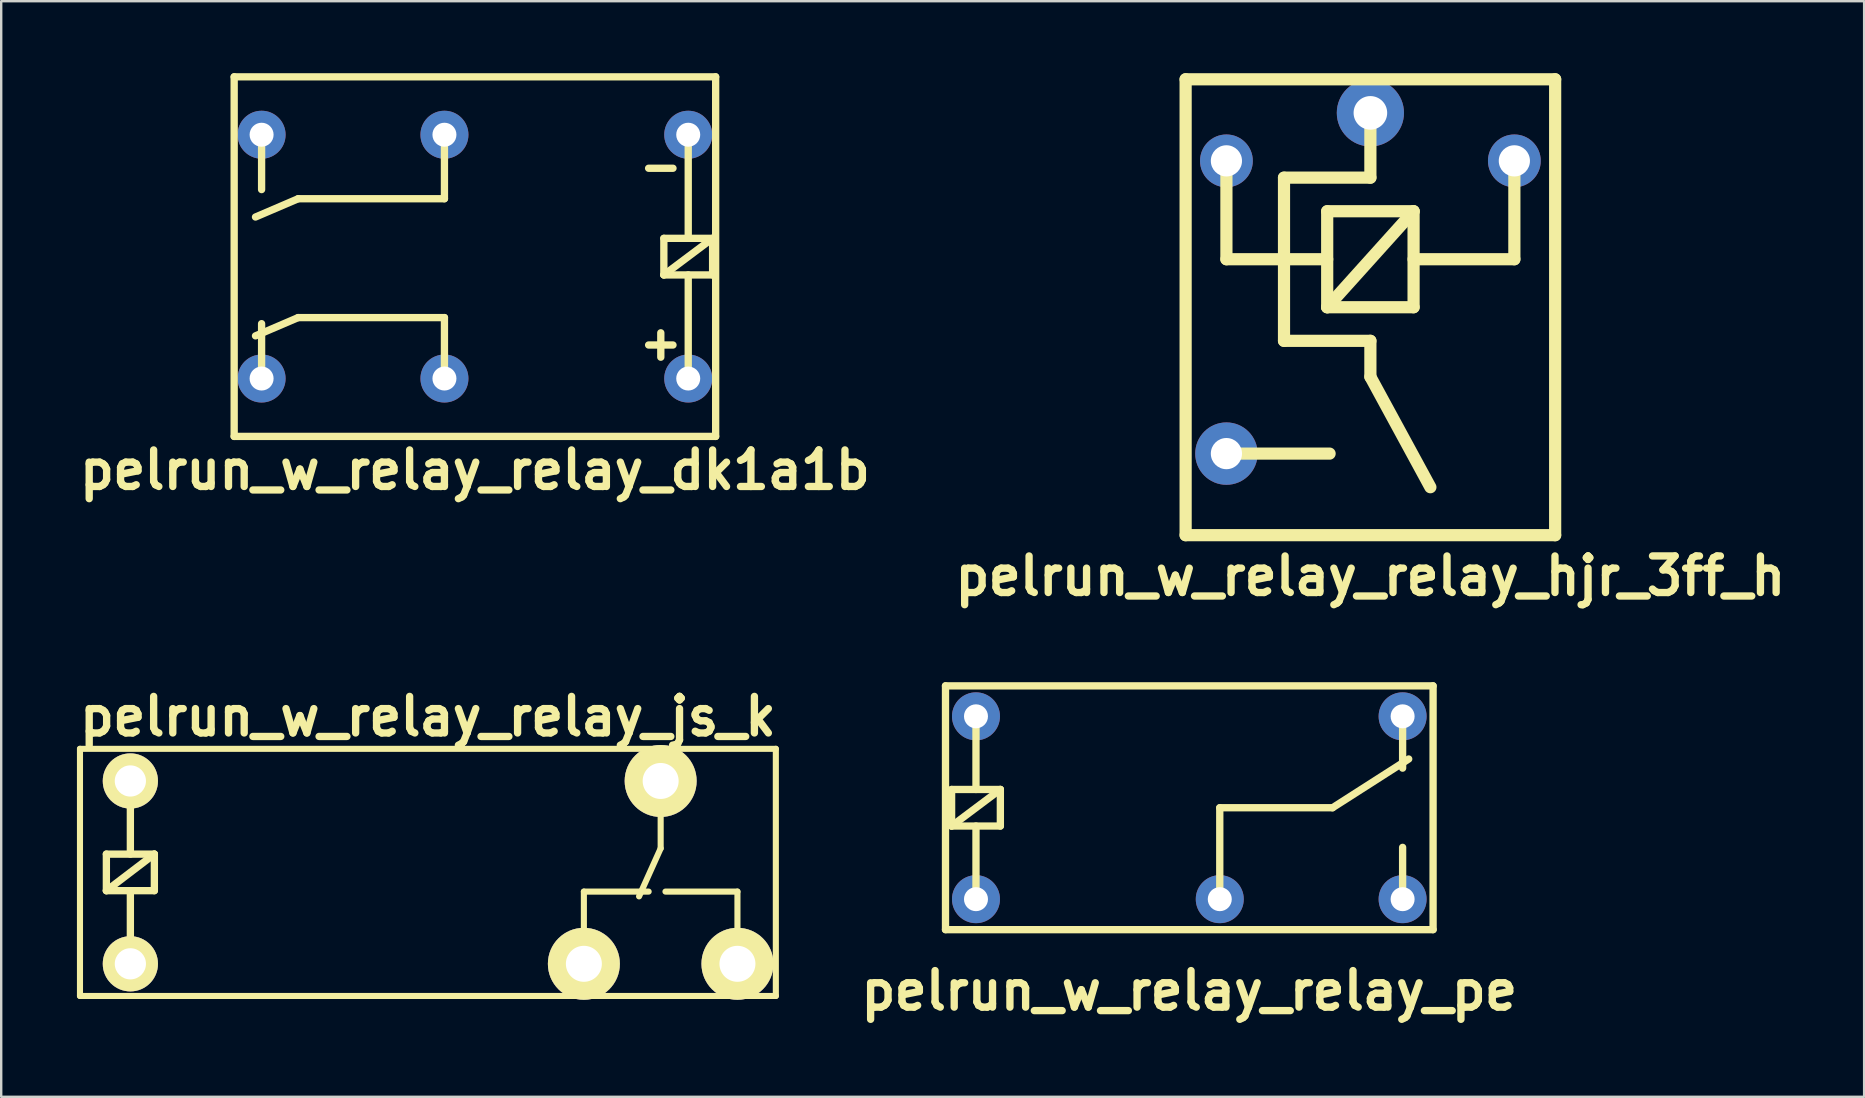
<source format=kicad_pcb>
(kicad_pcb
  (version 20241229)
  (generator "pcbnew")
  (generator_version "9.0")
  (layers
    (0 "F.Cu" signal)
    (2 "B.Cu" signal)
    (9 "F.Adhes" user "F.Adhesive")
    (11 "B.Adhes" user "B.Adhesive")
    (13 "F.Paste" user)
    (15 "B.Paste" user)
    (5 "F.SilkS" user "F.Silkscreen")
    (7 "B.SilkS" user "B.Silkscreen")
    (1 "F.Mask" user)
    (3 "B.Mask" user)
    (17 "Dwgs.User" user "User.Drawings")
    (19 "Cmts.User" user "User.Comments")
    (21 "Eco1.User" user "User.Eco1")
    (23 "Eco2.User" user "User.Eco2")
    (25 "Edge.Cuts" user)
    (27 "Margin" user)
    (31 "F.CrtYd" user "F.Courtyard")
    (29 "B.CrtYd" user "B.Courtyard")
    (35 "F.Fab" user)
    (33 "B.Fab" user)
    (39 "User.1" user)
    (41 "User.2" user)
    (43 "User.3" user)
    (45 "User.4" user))
  (footprint "pelrun_w_relay_relay_dk1a1b"
    (layer "F.Cu")
    (at 16.742 7.645)
    (property "Reference" "pelrun_w_relay_relay_dk1a1b" (at 0 8.89 0) (layer "F.SilkS") (effects (font (size 1.524 1.524) (thickness 0.305))))
    (attr through_hole)
    (fp_line (start -10.033 -7.493) (end -10.033 7.493) (stroke (width 0.305) (type solid)) (layer "F.SilkS"))
    (fp_line (start -10.033 7.493) (end 10.033 7.493) (stroke (width 0.305) (type solid)) (layer "F.SilkS"))
    (fp_line (start -8.89 -5.08) (end -8.89 -2.794) (stroke (width 0.305) (type solid)) (layer "F.SilkS"))
    (fp_line (start -8.89 2.794) (end -8.89 5.08) (stroke (width 0.305) (type solid)) (layer "F.SilkS"))
    (fp_line (start -7.366 -2.413) (end -9.144 -1.651) (stroke (width 0.305) (type solid)) (layer "F.SilkS"))
    (fp_line (start -7.366 2.54) (end -9.144 3.302) (stroke (width 0.305) (type solid)) (layer "F.SilkS"))
    (fp_line (start -1.27 -4.953) (end -1.27 -2.413) (stroke (width 0.305) (type solid)) (layer "F.SilkS"))
    (fp_line (start -1.27 -2.413) (end -7.366 -2.413) (stroke (width 0.305) (type solid)) (layer "F.SilkS"))
    (fp_line (start -1.27 2.54) (end -7.366 2.54) (stroke (width 0.305) (type solid)) (layer "F.SilkS"))
    (fp_line (start -1.27 2.54) (end -1.27 5.08) (stroke (width 0.305) (type solid)) (layer "F.SilkS"))
    (fp_line (start 7.239 -3.683) (end 8.255 -3.683) (stroke (width 0.305) (type solid)) (layer "F.SilkS"))
    (fp_line (start 7.239 3.683) (end 8.255 3.683) (stroke (width 0.305) (type solid)) (layer "F.SilkS"))
    (fp_line (start 7.747 3.175) (end 7.747 4.191) (stroke (width 0.305) (type solid)) (layer "F.SilkS"))
    (fp_line (start 7.874 -0.762) (end 9.906 -0.762) (stroke (width 0.305) (type solid)) (layer "F.SilkS"))
    (fp_line (start 7.874 0.762) (end 7.874 -0.762) (stroke (width 0.305) (type solid)) (layer "F.SilkS"))
    (fp_line (start 8.89 -0.762) (end 8.89 -5.08) (stroke (width 0.305) (type solid)) (layer "F.SilkS"))
    (fp_line (start 8.89 5.08) (end 8.89 0.762) (stroke (width 0.305) (type solid)) (layer "F.SilkS"))
    (fp_line (start 9.906 -0.762) (end 7.874 0.762) (stroke (width 0.305) (type solid)) (layer "F.SilkS"))
    (fp_line (start 9.906 -0.762) (end 9.906 0.762) (stroke (width 0.305) (type solid)) (layer "F.SilkS"))
    (fp_line (start 9.906 0.762) (end 7.874 0.762) (stroke (width 0.305) (type solid)) (layer "F.SilkS"))
    (fp_line (start 10.033 -7.493) (end -10.033 -7.493) (stroke (width 0.305) (type solid)) (layer "F.SilkS"))
    (fp_line (start 10.033 7.493) (end 10.033 -7.493) (stroke (width 0.305) (type solid)) (layer "F.SilkS"))
    (pad "1" thru_hole circle (at 8.89 -5.08 180) (size 2 2) (drill 1) (layers "*.Cu" "*.Mask"))
    (pad "3" thru_hole circle (at -1.27 -5.08 180) (size 2 2) (drill 1) (layers "*.Cu" "*.Mask"))
    (pad "4" thru_hole circle (at -8.89 -5.08 180) (size 2 2) (drill 1) (layers "*.Cu" "*.Mask"))
    (pad "5" thru_hole circle (at -8.89 5.08 180) (size 2 2) (drill 1) (layers "*.Cu" "*.Mask"))
    (pad "6" thru_hole circle (at -1.27 5.08 180) (size 2 2) (drill 1) (layers "*.Cu" "*.Mask"))
    (pad "8" thru_hole circle (at 8.89 5.08 180) (size 2 2) (drill 1) (layers "*.Cu" "*.Mask")))
  (footprint "pelrun_w_relay_relay_pe"
    (layer "F.Cu")
    (at 46.514 30.613)
    (property "Reference" "pelrun_w_relay_relay_pe" (at 0 7.62 0) (layer "F.SilkS") (effects (font (size 1.524 1.524) (thickness 0.305))))
    (attr through_hole)
    (fp_line (start -10.16 -5.08) (end -10.16 5.08) (stroke (width 0.305) (type solid)) (layer "F.SilkS"))
    (fp_line (start -10.16 5.08) (end 10.16 5.08) (stroke (width 0.305) (type solid)) (layer "F.SilkS"))
    (fp_line (start -9.906 -0.762) (end -7.874 -0.762) (stroke (width 0.305) (type solid)) (layer "F.SilkS"))
    (fp_line (start -9.906 0.762) (end -9.906 -0.762) (stroke (width 0.305) (type solid)) (layer "F.SilkS"))
    (fp_line (start -9.906 0.762) (end -7.874 -0.762) (stroke (width 0.305) (type solid)) (layer "F.SilkS"))
    (fp_line (start -8.89 -3.81) (end -8.89 -0.762) (stroke (width 0.305) (type solid)) (layer "F.SilkS"))
    (fp_line (start -8.89 3.81) (end -8.89 0.762) (stroke (width 0.305) (type solid)) (layer "F.SilkS"))
    (fp_line (start -7.874 -0.762) (end -7.874 0.762) (stroke (width 0.305) (type solid)) (layer "F.SilkS"))
    (fp_line (start -7.874 0.762) (end -9.906 0.762) (stroke (width 0.305) (type solid)) (layer "F.SilkS"))
    (fp_line (start 1.27 0) (end 5.969 0) (stroke (width 0.305) (type solid)) (layer "F.SilkS"))
    (fp_line (start 1.27 3.81) (end 1.27 0) (stroke (width 0.305) (type solid)) (layer "F.SilkS"))
    (fp_line (start 5.969 0) (end 9.144 -2.032) (stroke (width 0.305) (type solid)) (layer "F.SilkS"))
    (fp_line (start 8.89 -1.651) (end 8.89 -3.81) (stroke (width 0.305) (type solid)) (layer "F.SilkS"))
    (fp_line (start 8.89 3.81) (end 8.89 1.651) (stroke (width 0.305) (type solid)) (layer "F.SilkS"))
    (fp_line (start 10.16 -5.08) (end -10.16 -5.08) (stroke (width 0.305) (type solid)) (layer "F.SilkS"))
    (fp_line (start 10.16 5.08) (end 10.16 -5.08) (stroke (width 0.305) (type solid)) (layer "F.SilkS"))
    (pad "1" thru_hole circle (at -8.89 3.81 180) (size 2 2) (drill 1) (layers "*.Cu" "*.Mask"))
    (pad "2" thru_hole circle (at -8.89 -3.81 180) (size 2 2) (drill 1) (layers "*.Cu" "*.Mask"))
    (pad "11" thru_hole circle (at 1.27 3.81 180) (size 2 2) (drill 1) (layers "*.Cu" "*.Mask"))
    (pad "12" thru_hole circle (at 8.89 -3.81) (size 2 2) (drill 1) (layers "*.Cu" "*.Mask"))
    (pad "14" thru_hole circle (at 8.89 3.81 180) (size 2 2) (drill 1) (layers "*.Cu" "*.Mask")))
  (footprint "pelrun_w_relay_relay_hjr_3ff_h"
    (layer "F.Cu")
    (at 54.061 9.754)
    (property "Reference" "pelrun_w_relay_relay_hjr_3ff_h" (at 0 11.2 0) (layer "F.SilkS") (effects (font (size 1.524 1.524) (thickness 0.305))))
    (attr through_hole)
    (fp_line (start -7.7 -9.5) (end -7.7 9.5) (stroke (width 0.508) (type solid)) (layer "F.SilkS"))
    (fp_line (start -7.7 -9.5) (end 7.7 -9.5) (stroke (width 0.508) (type solid)) (layer "F.SilkS"))
    (fp_line (start -7.7 9.5) (end 7.7 9.5) (stroke (width 0.508) (type solid)) (layer "F.SilkS"))
    (fp_line (start -6 -6.1) (end -6 -2) (stroke (width 0.508) (type solid)) (layer "F.SilkS"))
    (fp_line (start -3.6 1.4) (end -3.6 -5.4) (stroke (width 0.508) (type solid)) (layer "F.SilkS"))
    (fp_line (start -1.8 -4) (end 1.8 -4) (stroke (width 0.508) (type solid)) (layer "F.SilkS"))
    (fp_line (start -1.8 -2) (end -6 -2) (stroke (width 0.508) (type solid)) (layer "F.SilkS"))
    (fp_line (start -1.8 0) (end -1.8 -4) (stroke (width 0.508) (type solid)) (layer "F.SilkS"))
    (fp_line (start -1.8 0) (end 1.8 -4) (stroke (width 0.508) (type solid)) (layer "F.SilkS"))
    (fp_line (start -1.7 6.1) (end -6 6.1) (stroke (width 0.508) (type solid)) (layer "F.SilkS"))
    (fp_line (start 0 -8.1) (end 0 -5.4) (stroke (width 0.508) (type solid)) (layer "F.SilkS"))
    (fp_line (start 0 -5.4) (end -3.6 -5.4) (stroke (width 0.508) (type solid)) (layer "F.SilkS"))
    (fp_line (start 0 1.4) (end -3.6 1.4) (stroke (width 0.508) (type solid)) (layer "F.SilkS"))
    (fp_line (start 0 1.4) (end 0 2.9) (stroke (width 0.508) (type solid)) (layer "F.SilkS"))
    (fp_line (start 0 2.9) (end 2.5 7.5) (stroke (width 0.508) (type solid)) (layer "F.SilkS"))
    (fp_line (start 1.8 -4) (end 1.8 0) (stroke (width 0.508) (type solid)) (layer "F.SilkS"))
    (fp_line (start 1.8 0) (end -1.8 0) (stroke (width 0.508) (type solid)) (layer "F.SilkS"))
    (fp_line (start 6 -6.1) (end 6 -2) (stroke (width 0.508) (type solid)) (layer "F.SilkS"))
    (fp_line (start 6 -2) (end 1.8 -2) (stroke (width 0.508) (type solid)) (layer "F.SilkS"))
    (fp_line (start 7.7 -9.5) (end 7.7 9.5) (stroke (width 0.508) (type solid)) (layer "F.SilkS"))
    (pad "1" thru_hole circle (at 0 -8.1) (size 2.8 2.8) (drill 1.4) (layers "*.Cu" "*.Mask"))
    (pad "2" thru_hole circle (at -6 -6.1) (size 2.2 2.2) (drill 1.3) (layers "*.Cu" "*.Mask"))
    (pad "3" thru_hole circle (at -6 6.1) (size 2.6 2.6) (drill 1.3) (layers "*.Cu" "*.Mask"))
    (pad "5" thru_hole circle (at 6 -6.1) (size 2.2 2.2) (drill 1.3) (layers "*.Cu" "*.Mask")))
  (footprint "pelrun_w_relay_relay_js_k"
    (layer "F.Cu")
    (at 14.783 33.307)
    (property "Reference" "pelrun_w_relay_relay_js_k" (at 0 -6.5 0) (layer "F.SilkS") (effects (font (size 1.524 1.524) (thickness 0.305))))
    (attr through_hole)
    (fp_line (start -14.5 -5.15) (end -14.5 5.15) (stroke (width 0.254) (type solid)) (layer "F.SilkS"))
    (fp_line (start -14.5 5.15) (end 14.5 5.15) (stroke (width 0.254) (type solid)) (layer "F.SilkS"))
    (fp_line (start -13.4 -0.762) (end -11.4 -0.762) (stroke (width 0.305) (type solid)) (layer "F.SilkS"))
    (fp_line (start -13.4 0.762) (end -13.4 -0.762) (stroke (width 0.305) (type solid)) (layer "F.SilkS"))
    (fp_line (start -13.4 0.762) (end -11.4 -0.762) (stroke (width 0.305) (type solid)) (layer "F.SilkS"))
    (fp_line (start -12.4 -3.81) (end -12.4 -0.762) (stroke (width 0.305) (type solid)) (layer "F.SilkS"))
    (fp_line (start -12.4 3.81) (end -12.4 0.762) (stroke (width 0.305) (type solid)) (layer "F.SilkS"))
    (fp_line (start -11.4 -0.762) (end -11.4 0.762) (stroke (width 0.305) (type solid)) (layer "F.SilkS"))
    (fp_line (start -11.4 0.762) (end -13.4 0.762) (stroke (width 0.305) (type solid)) (layer "F.SilkS"))
    (fp_line (start 6.5 0.8) (end 9.2 0.8) (stroke (width 0.254) (type solid)) (layer "F.SilkS"))
    (fp_line (start 6.5 3.8) (end 6.5 0.8) (stroke (width 0.254) (type solid)) (layer "F.SilkS"))
    (fp_line (start 9.7 -3.8) (end 9.7 -1) (stroke (width 0.254) (type solid)) (layer "F.SilkS"))
    (fp_line (start 9.7 -1) (end 8.8 1) (stroke (width 0.254) (type solid)) (layer "F.SilkS"))
    (fp_line (start 12.9 0.8) (end 9.9 0.8) (stroke (width 0.254) (type solid)) (layer "F.SilkS"))
    (fp_line (start 12.9 3.8) (end 12.9 0.8) (stroke (width 0.254) (type solid)) (layer "F.SilkS"))
    (fp_line (start 14.5 -5.15) (end -14.5 -5.15) (stroke (width 0.254) (type solid)) (layer "F.SilkS"))
    (fp_line (start 14.5 5.15) (end 14.5 -5.15) (stroke (width 0.254) (type solid)) (layer "F.SilkS"))
    (pad "1" thru_hole circle (at 12.9 3.81) (size 3 3) (drill 1.5) (layers "*.Cu" "*.Mask" "F.SilkS"))
    (pad "2" thru_hole circle (at 6.5 3.81) (size 3 3) (drill 1.5) (layers "*.Cu" "*.Mask" "F.SilkS"))
    (pad "3" thru_hole circle (at -12.4 3.81) (size 2.3 2.3) (drill 1.3) (layers "*.Cu" "*.Mask" "F.SilkS"))
    (pad "4" thru_hole circle (at -12.4 -3.81) (size 2.3 2.3) (drill 1.3) (layers "*.Cu" "*.Mask" "F.SilkS"))
    (pad "5" thru_hole circle (at 9.7 -3.81) (size 3 3) (drill 1.5) (layers "*.Cu" "*.Mask" "F.SilkS")))
  (gr_rect
    (start -3 -3)
    (end 74.638 42.659)
    (stroke (width 0.1) (type default))
    (fill no)
    (layer "Edge.Cuts")))
</source>
